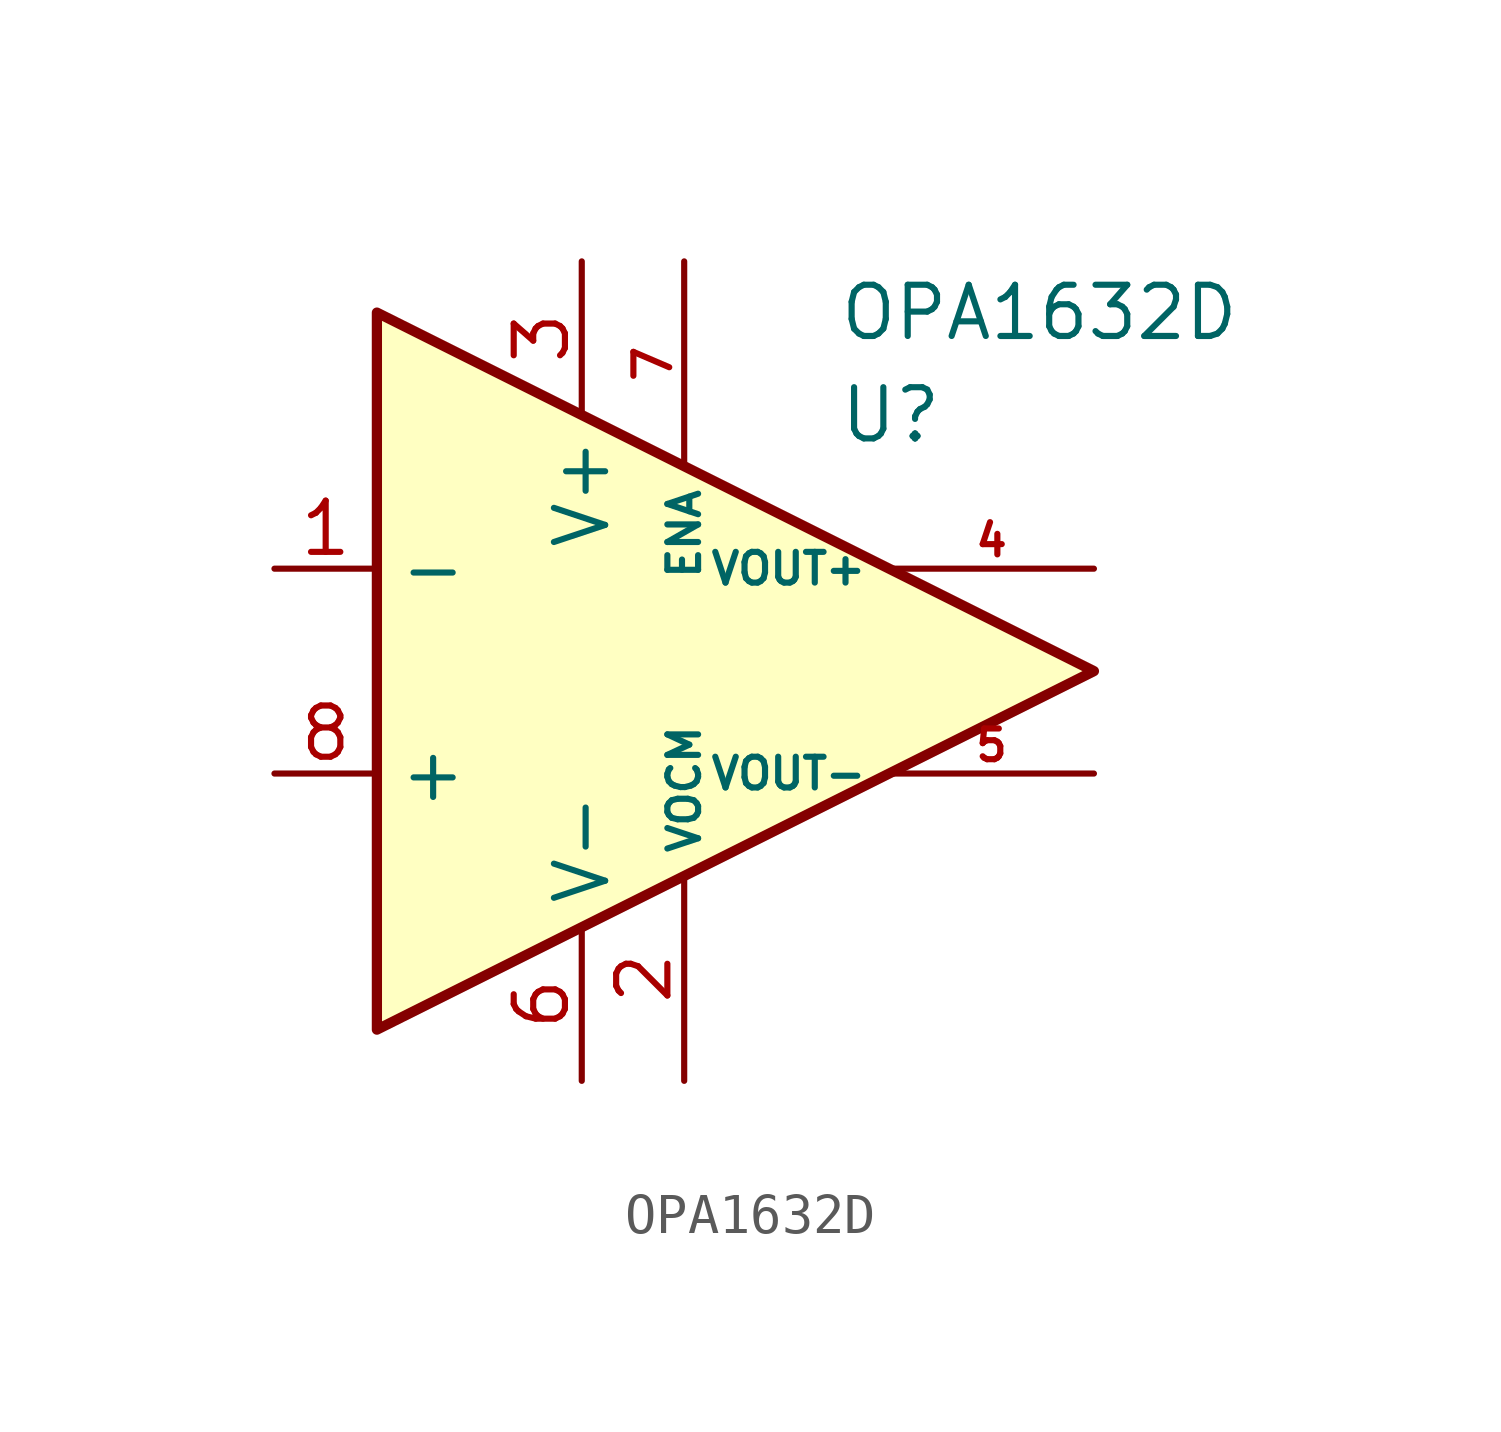
<source format=kicad_sym>
(kicad_symbol_lib
  (version 20231120)
  (generator "kicad_symbol_editor")
  (generator_version "8.0")
  (symbol "OPA1632D"
    (property "Reference" "U"
      (at 3.81 6.35 0)
      (effects (font (size 1.27 1.27)) (justify left)))
    (property "Value" "OPA1632D"
      (at 3.81 8.89 0)
      (effects (font (size 1.27 1.27)) (justify left)))
    (symbol "OPA1632D_0_1"
      (polyline (pts (xy -7.62 8.89) (xy -7.62 -8.89) (xy 10.16 0) (xy -7.62 8.89)) (stroke (width 0.254) (type default)) (fill (type background))))
    (symbol "OPA1632D_1_1"
      (pin input line (at -10.16 2.54 0) (length 2.54) (name "-" (effects (font (size 1.27 1.27)))) (number "1" (effects (font (size 1.27 1.27)))))
      (pin input line (at 0 -10.16 90) (length 5.08) (name "VOCM" (effects (font (size 0.762 0.762)))) (number "2" (effects (font (size 1.27 1.27)))))
      (pin power_in line (at -2.54 10.16 270) (length 3.81) (name "V+" (effects (font (size 1.27 1.27)))) (number "3" (effects (font (size 1.27 1.27)))))
      (pin output line (at 10.16 2.54 180) (length 5.08) (name "VOUT+" (effects (font (size 0.762 0.762)))) (number "4" (effects (font (size 0.762 0.762)))))
      (pin output line (at 10.16 -2.54 180) (length 5.08) (name "VOUT-" (effects (font (size 0.762 0.762)))) (number "5" (effects (font (size 0.762 0.762)))))
      (pin power_in line (at -2.54 -10.16 90) (length 3.81) (name "V-" (effects (font (size 1.27 1.27)))) (number "6" (effects (font (size 1.27 1.27)))))
      (pin input line (at 0 10.16 270) (length 5.08) (name "ENA" (effects (font (size 0.762 0.762)))) (number "7" (effects (font (size 0.889 0.889)))))
      (pin input line (at -10.16 -2.54 0) (length 2.54) (name "+" (effects (font (size 1.27 1.27)))) (number "8" (effects (font (size 1.27 1.27))))))))
</source>
